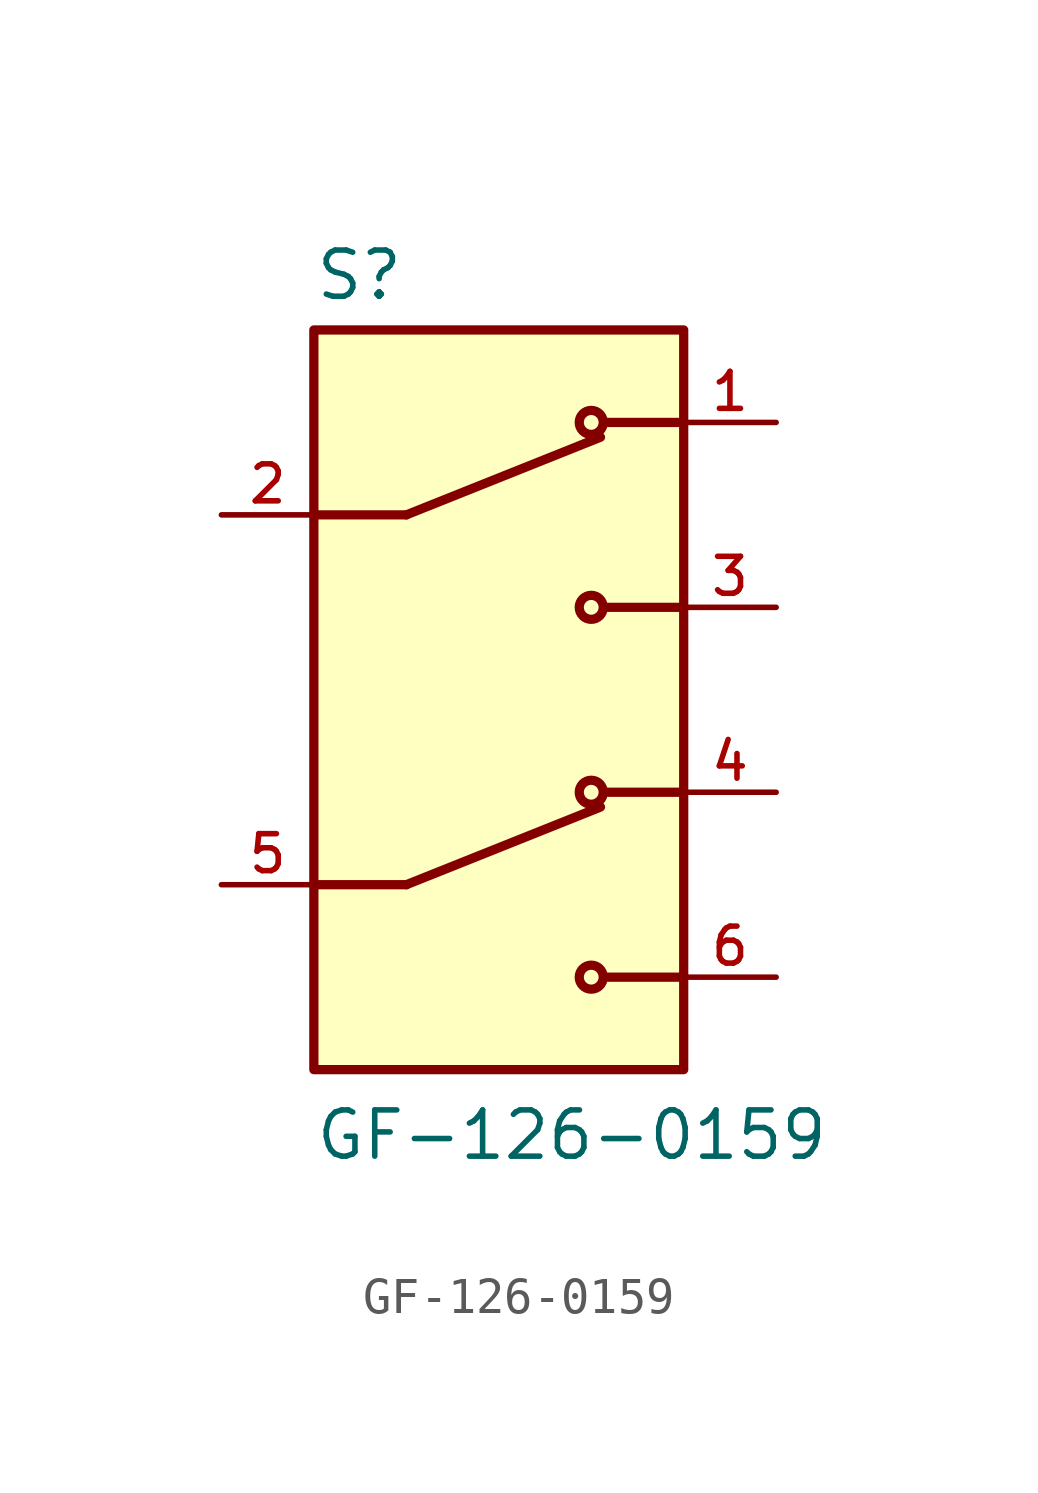
<source format=kicad_sym>
(kicad_symbol_lib
  (version 20211014)
  (generator kicad_symbol_editor)
  (symbol "GF-126-0159"
    (pin_names
      (offset 1.016))
    (property "Reference" "S"
      (at -5.08 10.922 0)
      (effects (font (size 1.27 1.27)) (justify bottom left)))
    (property "Value" "GF-126-0159"
      (at -5.08 -12.7 0)
      (effects (font (size 1.27 1.27)) (justify bottom left)))
    (symbol "GF-126-0159_0_0"
      (polyline (pts (xy -2.54 5.08) (xy 2.794 7.214)) (stroke (width 0.254)))
      (circle (center 2.54 7.62) (radius 0.33) (stroke (width 0.254)) (fill (type none)))
      (circle (center 2.54 2.54) (radius 0.33) (stroke (width 0.254)) (fill (type none)))
      (polyline (pts (xy 5.08 2.54) (xy 2.921 2.54)) (stroke (width 0.254)))
      (polyline (pts (xy 5.08 7.62) (xy 2.921 7.62)) (stroke (width 0.254)))
      (polyline (pts (xy -2.54 5.08) (xy -5.08 5.08)) (stroke (width 0.254)))
      (polyline (pts (xy -2.54 -5.08) (xy 2.794 -2.946)) (stroke (width 0.254)))
      (circle (center 2.54 -2.54) (radius 0.33) (stroke (width 0.254)) (fill (type none)))
      (circle (center 2.54 -7.62) (radius 0.33) (stroke (width 0.254)) (fill (type none)))
      (polyline (pts (xy 5.08 -7.62) (xy 2.921 -7.62)) (stroke (width 0.254)))
      (polyline (pts (xy 5.08 -2.54) (xy 2.921 -2.54)) (stroke (width 0.254)))
      (polyline (pts (xy -2.54 -5.08) (xy -5.08 -5.08)) (stroke (width 0.254)))
      (rectangle (start -5.08 -10.16) (end 5.08 10.16) (stroke (width 0.254)) (fill (type background)))
      (pin passive line (at 7.62 7.62 180.0) (length 2.54) (name "~" (effects (font (size 1.016 1.016)))) (number "1" (effects (font (size 1.016 1.016)))))
      (pin passive line (at -7.62 5.08 0) (length 2.54) (name "~" (effects (font (size 1.016 1.016)))) (number "2" (effects (font (size 1.016 1.016)))))
      (pin passive line (at 7.62 2.54 180.0) (length 2.54) (name "~" (effects (font (size 1.016 1.016)))) (number "3" (effects (font (size 1.016 1.016)))))
      (pin passive line (at 7.62 -2.54 180.0) (length 2.54) (name "~" (effects (font (size 1.016 1.016)))) (number "4" (effects (font (size 1.016 1.016)))))
      (pin passive line (at -7.62 -5.08 0) (length 2.54) (name "~" (effects (font (size 1.016 1.016)))) (number "5" (effects (font (size 1.016 1.016)))))
      (pin passive line (at 7.62 -7.62 180.0) (length 2.54) (name "~" (effects (font (size 1.016 1.016)))) (number "6" (effects (font (size 1.016 1.016))))))))
</source>
